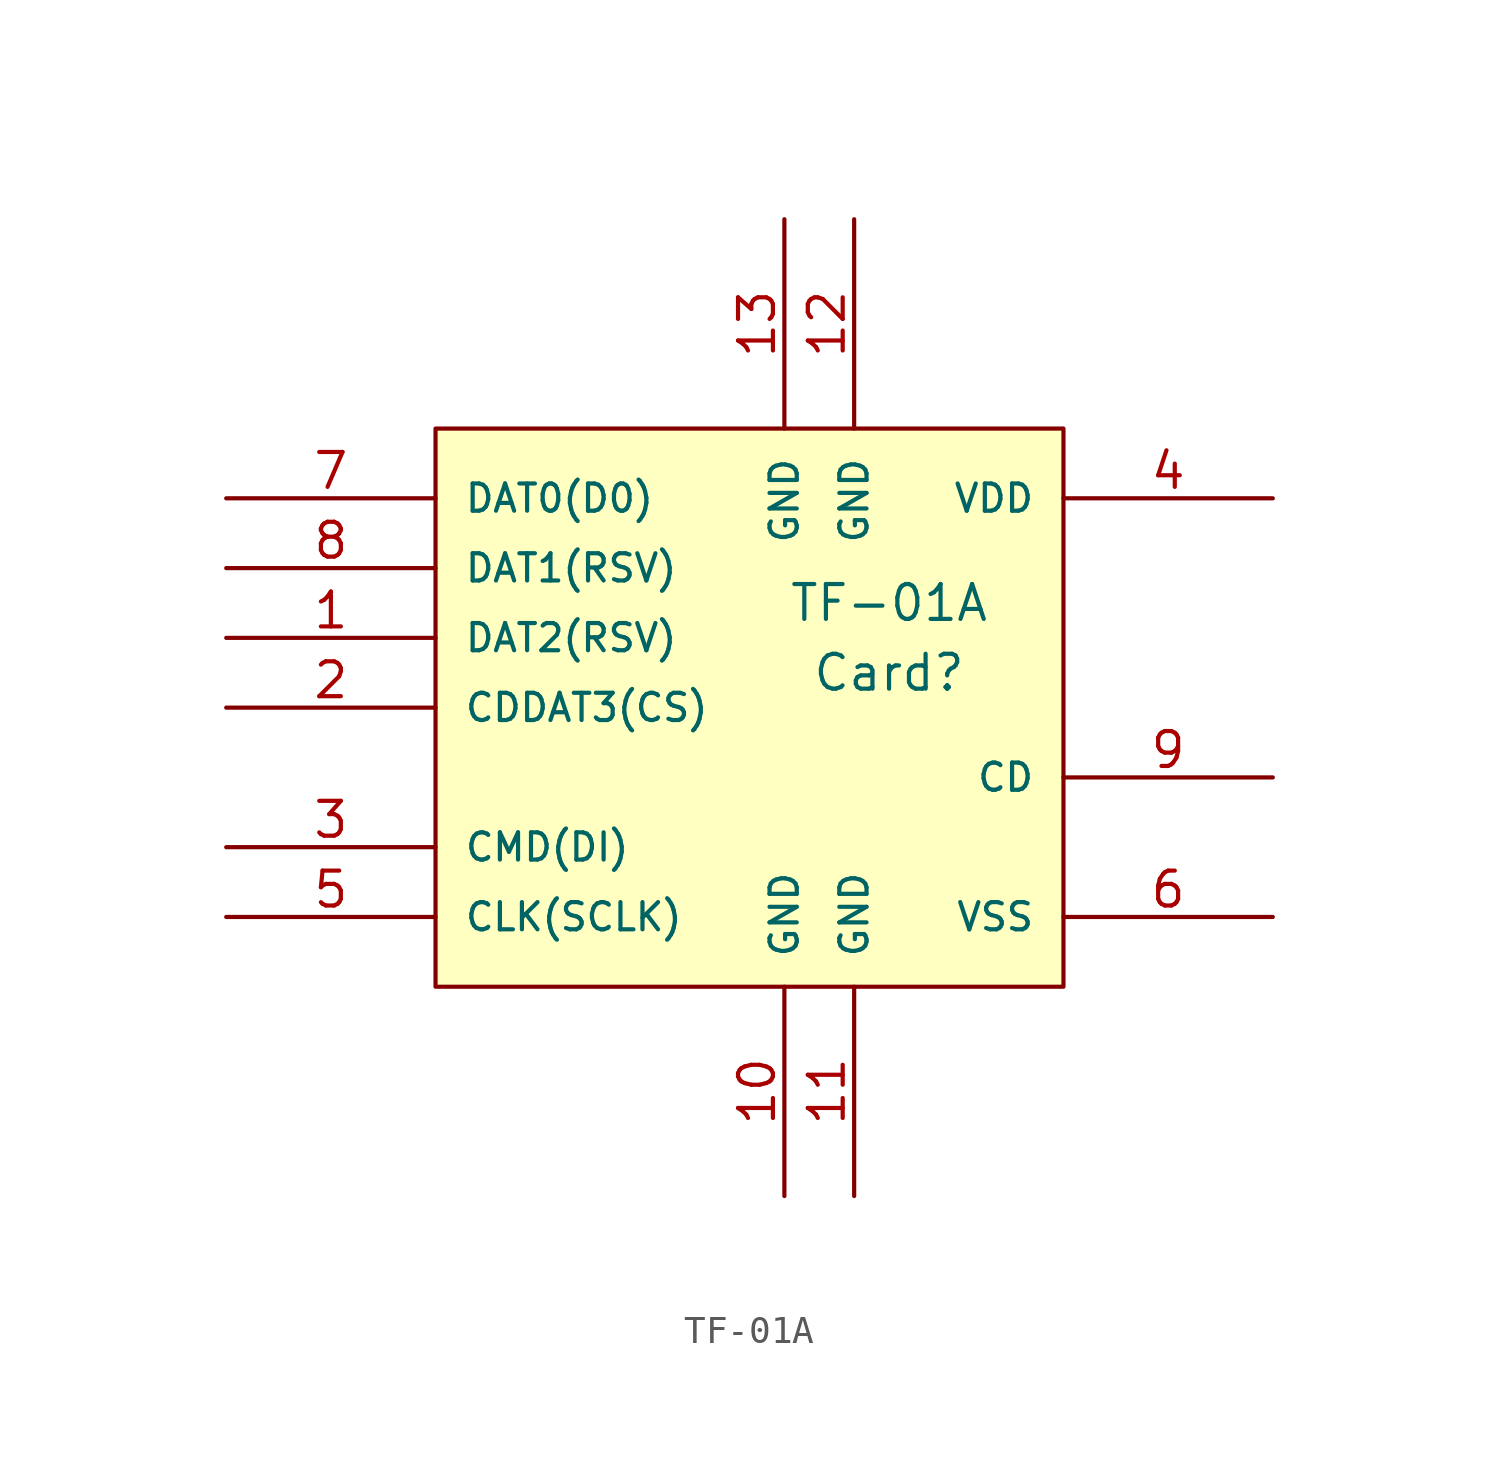
<source format=kicad_sym>
(kicad_symbol_lib
  (version 20211014)
  (generator kicad_symbol_editor)
  (symbol "TF-01A"
    (pin_names
      (offset 1.016))
    (property "Reference" "Card"
      (at 5.08 1.27 0)
      (effects (font (size 1.27 1.27))))
    (property "Value" "TF-01A"
      (at 5.08 3.81 0)
      (effects (font (size 1.27 1.27))))
    (symbol "TF-01A_1_1"
      (rectangle (start -11.43 10.16) (end 11.43 -10.16) (stroke (width 0.152) (type default) (color 0 0 0 0)) (fill (type background)))
      (pin bidirectional line (at -19.05 2.54 0) (length 7.62) (name "DAT2(RSV)" (effects (font (size 0.991 0.991)))) (number "1" (effects (font (size 1.27 1.27)))))
      (pin input line (at 1.27 -17.78 90) (length 7.62) (name "GND" (effects (font (size 0.991 0.991)))) (number "10" (effects (font (size 1.27 1.27)))))
      (pin input line (at 3.81 -17.78 90) (length 7.62) (name "GND" (effects (font (size 0.991 0.991)))) (number "11" (effects (font (size 1.27 1.27)))))
      (pin input line (at 3.81 17.78 270) (length 7.62) (name "GND" (effects (font (size 0.991 0.991)))) (number "12" (effects (font (size 1.27 1.27)))))
      (pin input line (at 1.27 17.78 270) (length 7.62) (name "GND" (effects (font (size 0.991 0.991)))) (number "13" (effects (font (size 1.27 1.27)))))
      (pin bidirectional line (at -19.05 0 0) (length 7.62) (name "CDDAT3(CS)" (effects (font (size 0.991 0.991)))) (number "2" (effects (font (size 1.27 1.27)))))
      (pin input line (at -19.05 -5.08 0) (length 7.62) (name "CMD(DI)" (effects (font (size 0.991 0.991)))) (number "3" (effects (font (size 1.27 1.27)))))
      (pin input line (at 19.05 7.62 180) (length 7.62) (name "VDD" (effects (font (size 0.991 0.991)))) (number "4" (effects (font (size 1.27 1.27)))))
      (pin input line (at -19.05 -7.62 0) (length 7.62) (name "CLK(SCLK)" (effects (font (size 0.991 0.991)))) (number "5" (effects (font (size 1.27 1.27)))))
      (pin input line (at 19.05 -7.62 180) (length 7.62) (name "VSS" (effects (font (size 0.991 0.991)))) (number "6" (effects (font (size 1.27 1.27)))))
      (pin bidirectional line (at -19.05 7.62 0) (length 7.62) (name "DAT0(D0)" (effects (font (size 0.991 0.991)))) (number "7" (effects (font (size 1.27 1.27)))))
      (pin bidirectional line (at -19.05 5.08 0) (length 7.62) (name "DAT1(RSV)" (effects (font (size 0.991 0.991)))) (number "8" (effects (font (size 1.27 1.27)))))
      (pin input line (at 19.05 -2.54 180) (length 7.62) (name "CD" (effects (font (size 0.991 0.991)))) (number "9" (effects (font (size 1.27 1.27))))))))
</source>
